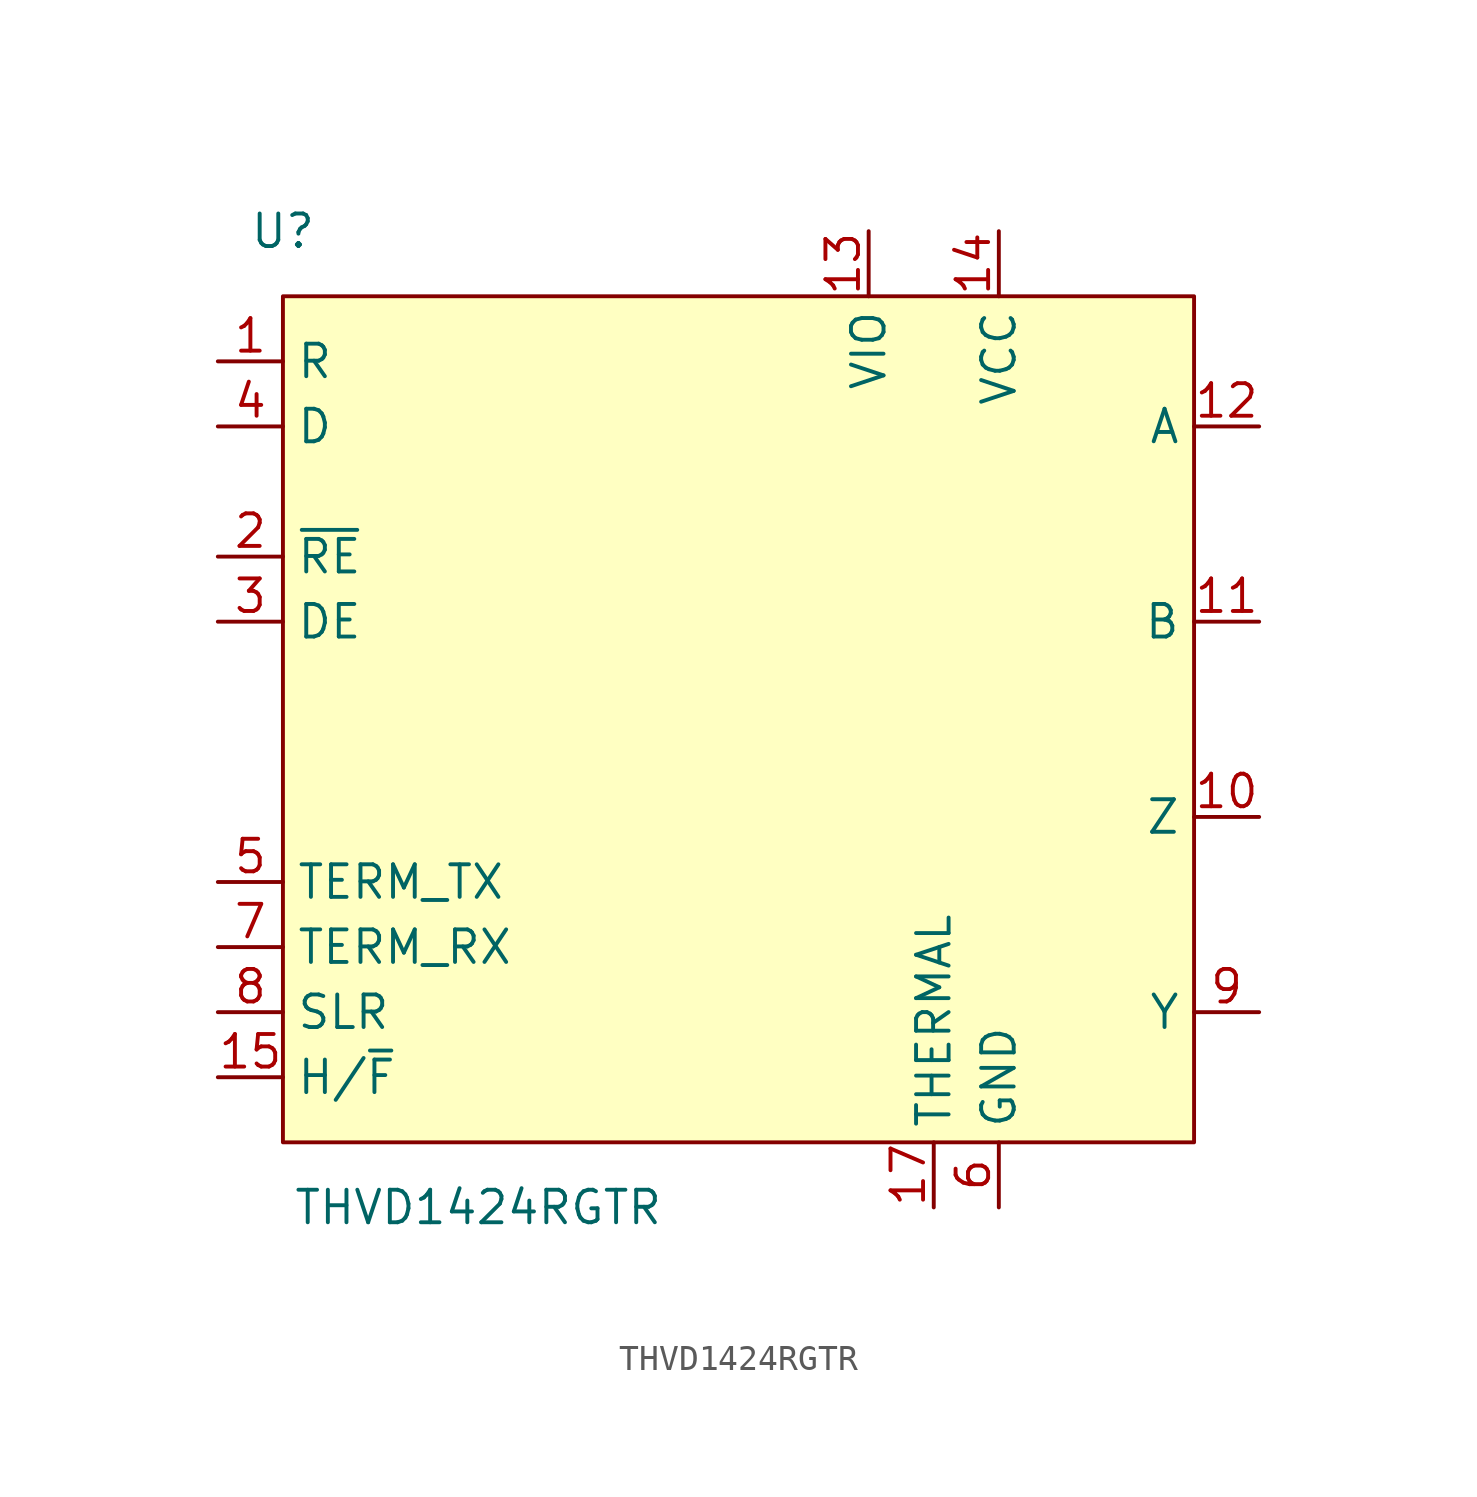
<source format=kicad_sym>
(kicad_symbol_lib
  (version 20211014)
  (generator kicad_symbol_editor)
  (symbol "THVD1424RGTR"
    (property "Reference" "U"
      (at -17.78 17.78 0)
      (effects (font (size 1.27 1.27))))
    (property "Value" "THVD1424RGTR"
      (at -10.16 -20.32 0)
      (effects (font (size 1.27 1.27))))
    (symbol "THVD1424RGTR_0_1"
      (polyline (pts (xy -17.78 15.24) (xy 17.78 15.24) (xy 17.78 -17.78) (xy -17.78 -17.78) (xy -17.78 15.24)) (stroke (width 0.152) (type default) (color 0 0 0 0)) (fill (type background))))
    (symbol "THVD1424RGTR_1_1"
      (pin output line (at -20.32 12.7 0) (length 2.54) (name "R" (effects (font (size 1.27 1.27)))) (number "1" (effects (font (size 1.27 1.27)))))
      (pin bidirectional line (at 20.32 -5.08 180) (length 2.54) (name "Z" (effects (font (size 1.27 1.27)))) (number "10" (effects (font (size 1.27 1.27)))))
      (pin input line (at 20.32 2.54 180) (length 2.54) (name "B" (effects (font (size 1.27 1.27)))) (number "11" (effects (font (size 1.27 1.27)))))
      (pin input line (at 20.32 10.16 180) (length 2.54) (name "A" (effects (font (size 1.27 1.27)))) (number "12" (effects (font (size 1.27 1.27)))))
      (pin power_in line (at 5.08 17.78 270) (length 2.54) (name "VIO" (effects (font (size 1.27 1.27)))) (number "13" (effects (font (size 1.27 1.27)))))
      (pin power_in line (at 10.16 17.78 270) (length 2.54) (name "VCC" (effects (font (size 1.27 1.27)))) (number "14" (effects (font (size 1.27 1.27)))))
      (pin input line (at -20.32 -15.24 0) (length 2.54) (name "H/~{F}" (effects (font (size 1.27 1.27)))) (number "15" (effects (font (size 1.27 1.27)))))
      (pin no_connect line (at 5.08 -20.32 90) (length 2.54) hide (name "NC" (effects (font (size 1.27 1.27)))) (number "16" (effects (font (size 1.27 1.27)))))
      (pin passive line (at 7.62 -20.32 90) (length 2.54) (name "THERMAL" (effects (font (size 1.27 1.27)))) (number "17" (effects (font (size 1.27 1.27)))))
      (pin input line (at -20.32 5.08 0) (length 2.54) (name "~{RE}" (effects (font (size 1.27 1.27)))) (number "2" (effects (font (size 1.27 1.27)))))
      (pin input line (at -20.32 2.54 0) (length 2.54) (name "DE" (effects (font (size 1.27 1.27)))) (number "3" (effects (font (size 1.27 1.27)))))
      (pin input line (at -20.32 10.16 0) (length 2.54) (name "D" (effects (font (size 1.27 1.27)))) (number "4" (effects (font (size 1.27 1.27)))))
      (pin input line (at -20.32 -7.62 0) (length 2.54) (name "TERM_TX" (effects (font (size 1.27 1.27)))) (number "5" (effects (font (size 1.27 1.27)))))
      (pin power_in line (at 10.16 -20.32 90) (length 2.54) (name "GND" (effects (font (size 1.27 1.27)))) (number "6" (effects (font (size 1.27 1.27)))))
      (pin input line (at -20.32 -10.16 0) (length 2.54) (name "TERM_RX" (effects (font (size 1.27 1.27)))) (number "7" (effects (font (size 1.27 1.27)))))
      (pin input line (at -20.32 -12.7 0) (length 2.54) (name "SLR" (effects (font (size 1.27 1.27)))) (number "8" (effects (font (size 1.27 1.27)))))
      (pin bidirectional line (at 20.32 -12.7 180) (length 2.54) (name "Y" (effects (font (size 1.27 1.27)))) (number "9" (effects (font (size 1.27 1.27))))))))
</source>
